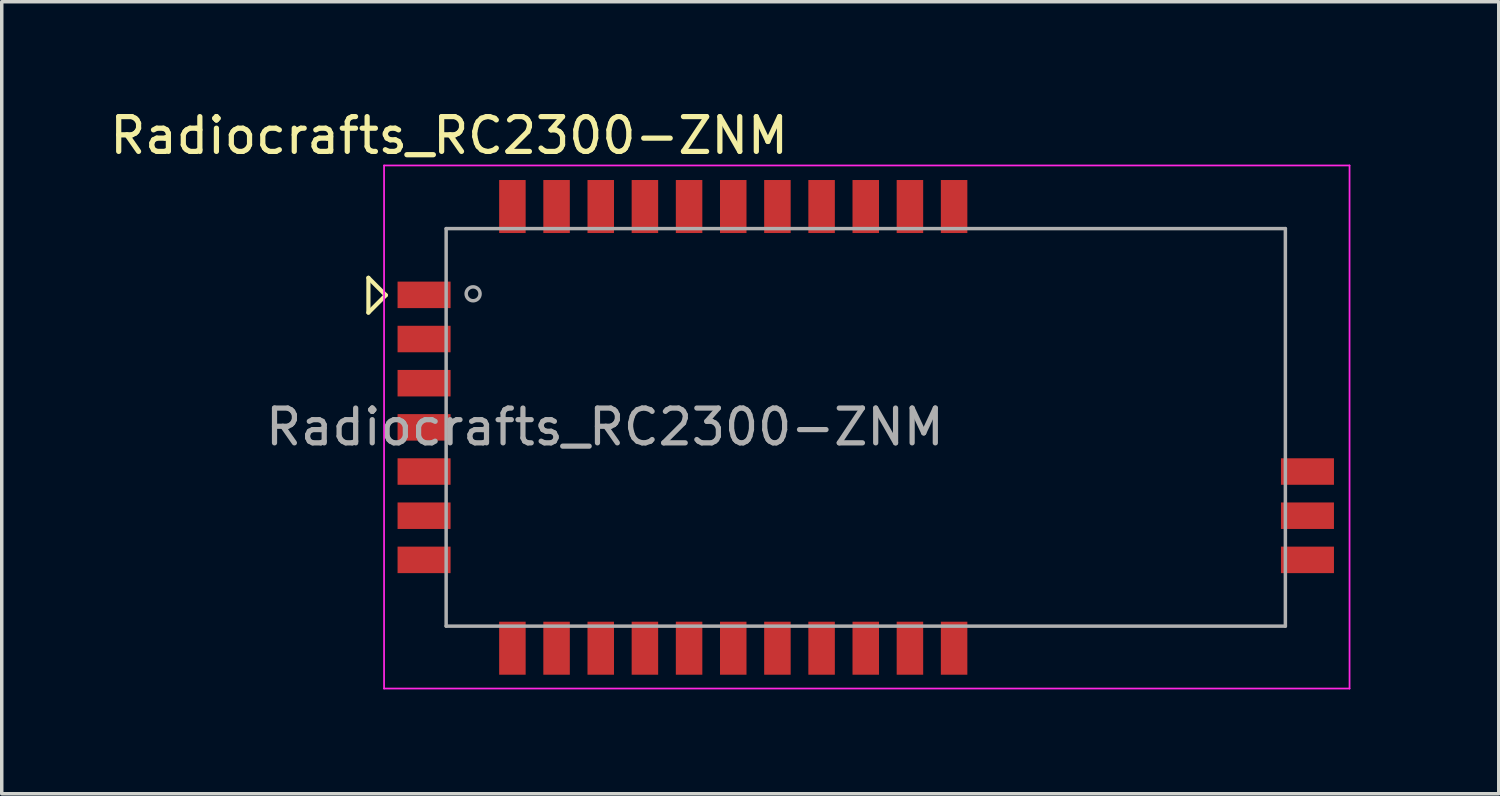
<source format=kicad_pcb>
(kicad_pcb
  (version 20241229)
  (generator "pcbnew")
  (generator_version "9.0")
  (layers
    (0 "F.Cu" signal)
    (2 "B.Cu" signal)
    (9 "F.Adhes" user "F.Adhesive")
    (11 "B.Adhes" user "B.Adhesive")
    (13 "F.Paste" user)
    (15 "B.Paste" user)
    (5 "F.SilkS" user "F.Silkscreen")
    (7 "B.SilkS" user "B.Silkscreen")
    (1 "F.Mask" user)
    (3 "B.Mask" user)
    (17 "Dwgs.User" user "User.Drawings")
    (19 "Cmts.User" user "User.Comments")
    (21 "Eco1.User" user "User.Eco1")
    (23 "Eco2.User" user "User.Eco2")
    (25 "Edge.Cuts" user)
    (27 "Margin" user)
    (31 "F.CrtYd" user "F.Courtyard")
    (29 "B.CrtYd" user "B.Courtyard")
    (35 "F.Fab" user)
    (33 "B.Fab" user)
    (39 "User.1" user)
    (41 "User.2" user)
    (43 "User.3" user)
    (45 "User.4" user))
  (footprint "Radiocrafts_RC2300-ZNM"
    (layer "F.Cu")
    (at 21.843 9.238)
    (property "Reference" "Radiocrafts_RC2300-ZNM" (at -11.98 -8.39 0) (layer "F.SilkS") (effects (font (size 1 1) (thickness 0.15))))
    (attr smd)
    (fp_line (start -14.3 -4.3) (end -14.3 -3.3) (stroke (width 0.12) (type solid)) (layer "F.SilkS"))
    (fp_line (start -14.3 -3.3) (end -13.8 -3.8) (stroke (width 0.12) (type solid)) (layer "F.SilkS"))
    (fp_line (start -13.8 -3.8) (end -14.3 -4.3) (stroke (width 0.12) (type solid)) (layer "F.SilkS"))
    (fp_line (start -13.85 -7.53) (end -13.85 7.51) (stroke (width 0.05) (type solid)) (layer "F.CrtYd"))
    (fp_line (start -13.85 7.51) (end 13.91 7.51) (stroke (width 0.05) (type solid)) (layer "F.CrtYd"))
    (fp_line (start 13.91 -7.53) (end -13.85 -7.53) (stroke (width 0.05) (type solid)) (layer "F.CrtYd"))
    (fp_line (start 13.91 7.51) (end 13.91 -7.53) (stroke (width 0.05) (type solid)) (layer "F.CrtYd"))
    (fp_line (start -12.065 -5.715) (end 12.065 -5.715) (stroke (width 0.1) (type solid)) (layer "F.Fab"))
    (fp_line (start -12.065 5.715) (end -12.065 -5.715) (stroke (width 0.1) (type solid)) (layer "F.Fab"))
    (fp_line (start 12.065 -5.715) (end 12.065 5.715) (stroke (width 0.1) (type solid)) (layer "F.Fab"))
    (fp_line (start 12.065 5.715) (end -12.065 5.715) (stroke (width 0.1) (type solid)) (layer "F.Fab"))
    (fp_circle (center -11.29 -3.84) (end -11.09 -3.84) (stroke (width 0.1) (type solid)) (fill no) (layer "F.Fab"))
    (fp_text user "${REFERENCE}" (at -7.5 -0.01 0) (unlocked yes) (layer "F.Fab") (effects (font (size 1 1) (thickness 0.15))))
    (pad "1" smd rect (at -12.7 -3.81) (size 1.524 0.762) (layers "F.Cu" "F.Mask" "F.Paste"))
    (pad "2" smd rect (at -12.7 -2.54) (size 1.524 0.762) (layers "F.Cu" "F.Mask" "F.Paste"))
    (pad "3" smd rect (at -12.7 -1.27) (size 1.524 0.762) (layers "F.Cu" "F.Mask" "F.Paste"))
    (pad "4" smd rect (at -12.7 0) (size 1.524 0.762) (layers "F.Cu" "F.Mask" "F.Paste"))
    (pad "5" smd rect (at -12.7 1.27) (size 1.524 0.762) (layers "F.Cu" "F.Mask" "F.Paste"))
    (pad "6" smd rect (at -12.7 2.54) (size 1.524 0.762) (layers "F.Cu" "F.Mask" "F.Paste"))
    (pad "7" smd rect (at -12.7 3.81) (size 1.524 0.762) (layers "F.Cu" "F.Mask" "F.Paste"))
    (pad "8" smd rect (at -10.16 6.35) (size 0.762 1.524) (layers "F.Cu" "F.Mask" "F.Paste"))
    (pad "9" smd rect (at -8.89 6.35) (size 0.762 1.524) (layers "F.Cu" "F.Mask" "F.Paste"))
    (pad "10" smd rect (at -7.62 6.35) (size 0.762 1.524) (layers "F.Cu" "F.Mask" "F.Paste"))
    (pad "11" smd rect (at -6.35 6.35) (size 0.762 1.524) (layers "F.Cu" "F.Mask" "F.Paste"))
    (pad "12" smd rect (at -5.08 6.35) (size 0.762 1.524) (layers "F.Cu" "F.Mask" "F.Paste"))
    (pad "13" smd rect (at -3.81 6.35) (size 0.762 1.524) (layers "F.Cu" "F.Mask" "F.Paste"))
    (pad "14" smd rect (at -2.54 6.35) (size 0.762 1.524) (layers "F.Cu" "F.Mask" "F.Paste"))
    (pad "15" smd rect (at -1.27 6.35) (size 0.762 1.524) (layers "F.Cu" "F.Mask" "F.Paste"))
    (pad "16" smd rect (at 0 6.35) (size 0.762 1.524) (layers "F.Cu" "F.Mask" "F.Paste"))
    (pad "17" smd rect (at 1.27 6.35) (size 0.762 1.524) (layers "F.Cu" "F.Mask" "F.Paste"))
    (pad "18" smd rect (at 2.54 6.35) (size 0.762 1.524) (layers "F.Cu" "F.Mask" "F.Paste"))
    (pad "19" smd rect (at 2.54 -6.35) (size 0.762 1.524) (layers "F.Cu" "F.Mask" "F.Paste"))
    (pad "20" smd rect (at 1.27 -6.35) (size 0.762 1.524) (layers "F.Cu" "F.Mask" "F.Paste"))
    (pad "21" smd rect (at 0 -6.35) (size 0.762 1.524) (layers "F.Cu" "F.Mask" "F.Paste"))
    (pad "22" smd rect (at -1.27 -6.35) (size 0.762 1.524) (layers "F.Cu" "F.Mask" "F.Paste"))
    (pad "23" smd rect (at -2.54 -6.35) (size 0.762 1.524) (layers "F.Cu" "F.Mask" "F.Paste"))
    (pad "24" smd rect (at -3.81 -6.35) (size 0.762 1.524) (layers "F.Cu" "F.Mask" "F.Paste"))
    (pad "25" smd rect (at -5.08 -6.35) (size 0.762 1.524) (layers "F.Cu" "F.Mask" "F.Paste"))
    (pad "26" smd rect (at -6.35 -6.35) (size 0.762 1.524) (layers "F.Cu" "F.Mask" "F.Paste"))
    (pad "27" smd rect (at -7.62 -6.35) (size 0.762 1.524) (layers "F.Cu" "F.Mask" "F.Paste"))
    (pad "28" smd rect (at -8.89 -6.35) (size 0.762 1.524) (layers "F.Cu" "F.Mask" "F.Paste"))
    (pad "29" smd rect (at -10.16 -6.35) (size 0.762 1.524) (layers "F.Cu" "F.Mask" "F.Paste"))
    (pad "30" smd rect (at 12.7 3.81) (size 1.524 0.762) (layers "F.Cu" "F.Mask" "F.Paste"))
    (pad "31" smd rect (at 12.7 2.54) (size 1.524 0.762) (layers "F.Cu" "F.Mask" "F.Paste"))
    (pad "32" smd rect (at 12.7 1.27) (size 1.524 0.762) (layers "F.Cu" "F.Mask" "F.Paste"))
    (zone (net_name "") (layer "F.Cu") (name "Antenna Keepout") (hatch full 0.508) (connect_pads) (min_thickness 0.254) (filled_areas_thickness no) (keepout (tracks not_allowed) (vias not_allowed) (pads not_allowed) (copperpour not_allowed) (footprints not_allowed)) (placement (enabled no)) (fill) (polygon (pts (xy 37.043 9.958) (xy 34.443 9.958) (xy 34.443 14.358) (xy 27.443 14.358) (xy 27.443 1.758) (xy 37.043 1.758))))
    (zone (net_name "") (layer "In1.Cu") (name "Antenna Keepout Bottom") (hatch full 0.508) (connect_pads) (min_thickness 0.254) (filled_areas_thickness no) (keepout (tracks not_allowed) (vias not_allowed) (pads not_allowed) (copperpour not_allowed) (footprints not_allowed)) (placement (enabled no)) (fill) (polygon (pts (xy 37.043 9.958) (xy 34.443 9.958) (xy 34.443 14.358) (xy 27.443 14.358) (xy 27.443 1.758) (xy 37.043 1.758)))))
  (gr_rect
    (start -3 -3)
    (end 40.043 19.773)
    (stroke (width 0.1) (type default))
    (fill no)
    (layer "Edge.Cuts")))
</source>
